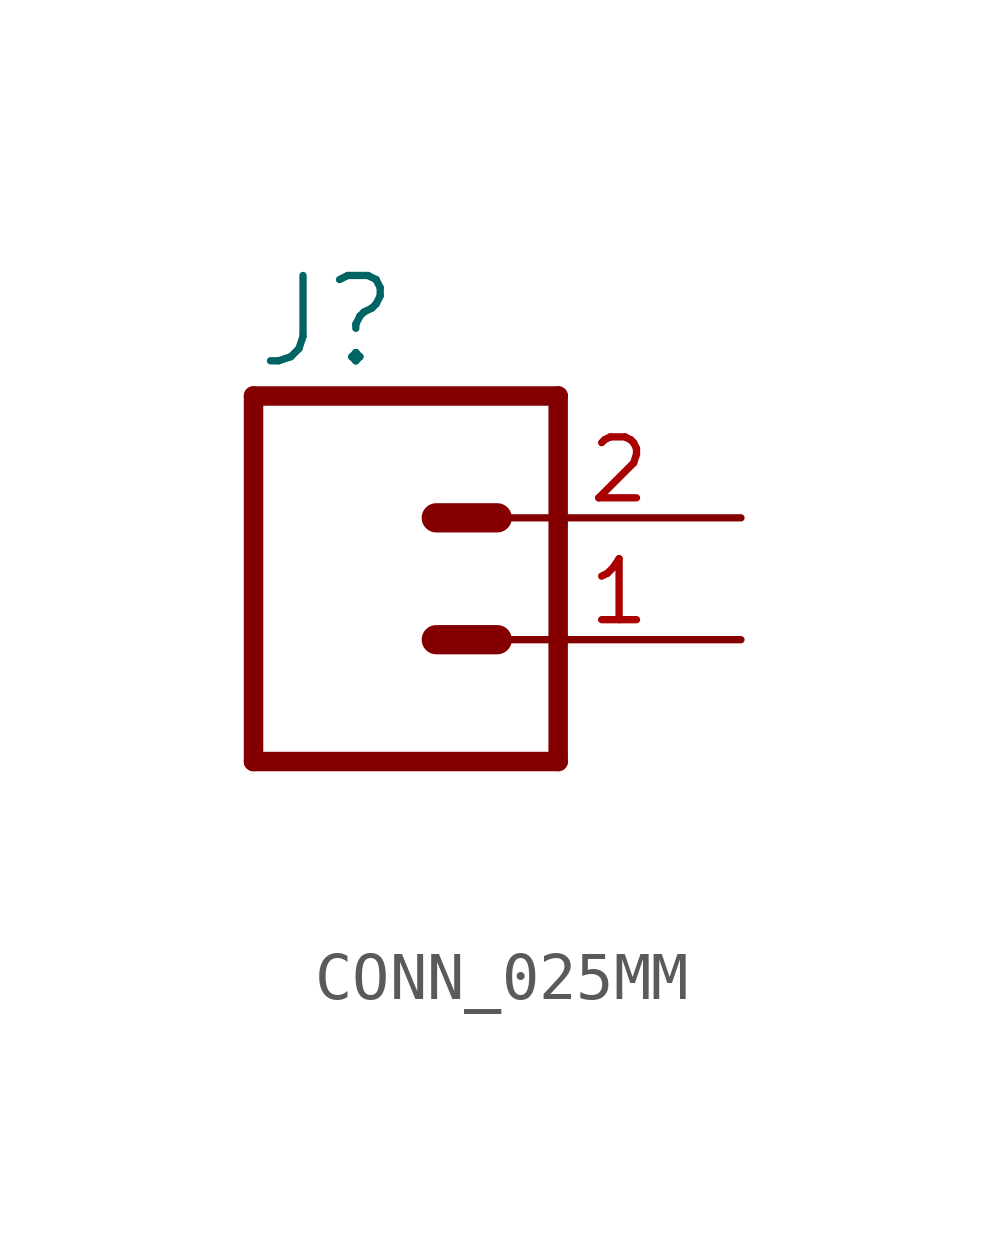
<source format=kicad_sym>
(kicad_symbol_lib
  (version 20220914)
  (generator kicad_symbol_editor)
  (symbol "CONN_025MM"
    (property "Reference" "J"
      (at -2.54 5.588 0)
      (effects (font (size 1.778 1.778)) (justify left bottom)))
    (property "Value" ""
      (at -2.54 -4.826 0)
      (effects (font (size 1.778 1.778)) (justify left bottom)))
    (property "ki_locked" ""
      (at 0 0 0)
      (effects (font (size 1.27 1.27))))
    (symbol "CONN_025MM_1_0"
      (polyline (pts (xy -2.54 5.08) (xy -2.54 -2.54)) (stroke (width 0.406) (type solid)) (fill (type none)))
      (polyline (pts (xy -2.54 5.08) (xy 3.81 5.08)) (stroke (width 0.406) (type solid)) (fill (type none)))
      (polyline (pts (xy 1.27 0) (xy 2.54 0)) (stroke (width 0.61) (type solid)) (fill (type none)))
      (polyline (pts (xy 1.27 2.54) (xy 2.54 2.54)) (stroke (width 0.61) (type solid)) (fill (type none)))
      (polyline (pts (xy 3.81 -2.54) (xy -2.54 -2.54)) (stroke (width 0.406) (type solid)) (fill (type none)))
      (polyline (pts (xy 3.81 -2.54) (xy 3.81 5.08)) (stroke (width 0.406) (type solid)) (fill (type none)))
      (pin passive line (at 7.62 0 180) (length 5.08) (name "1" (effects (font (size 0 0)))) (number "1" (effects (font (size 1.27 1.27)))))
      (pin passive line (at 7.62 2.54 180) (length 5.08) (name "2" (effects (font (size 0 0)))) (number "2" (effects (font (size 1.27 1.27))))))))
</source>
